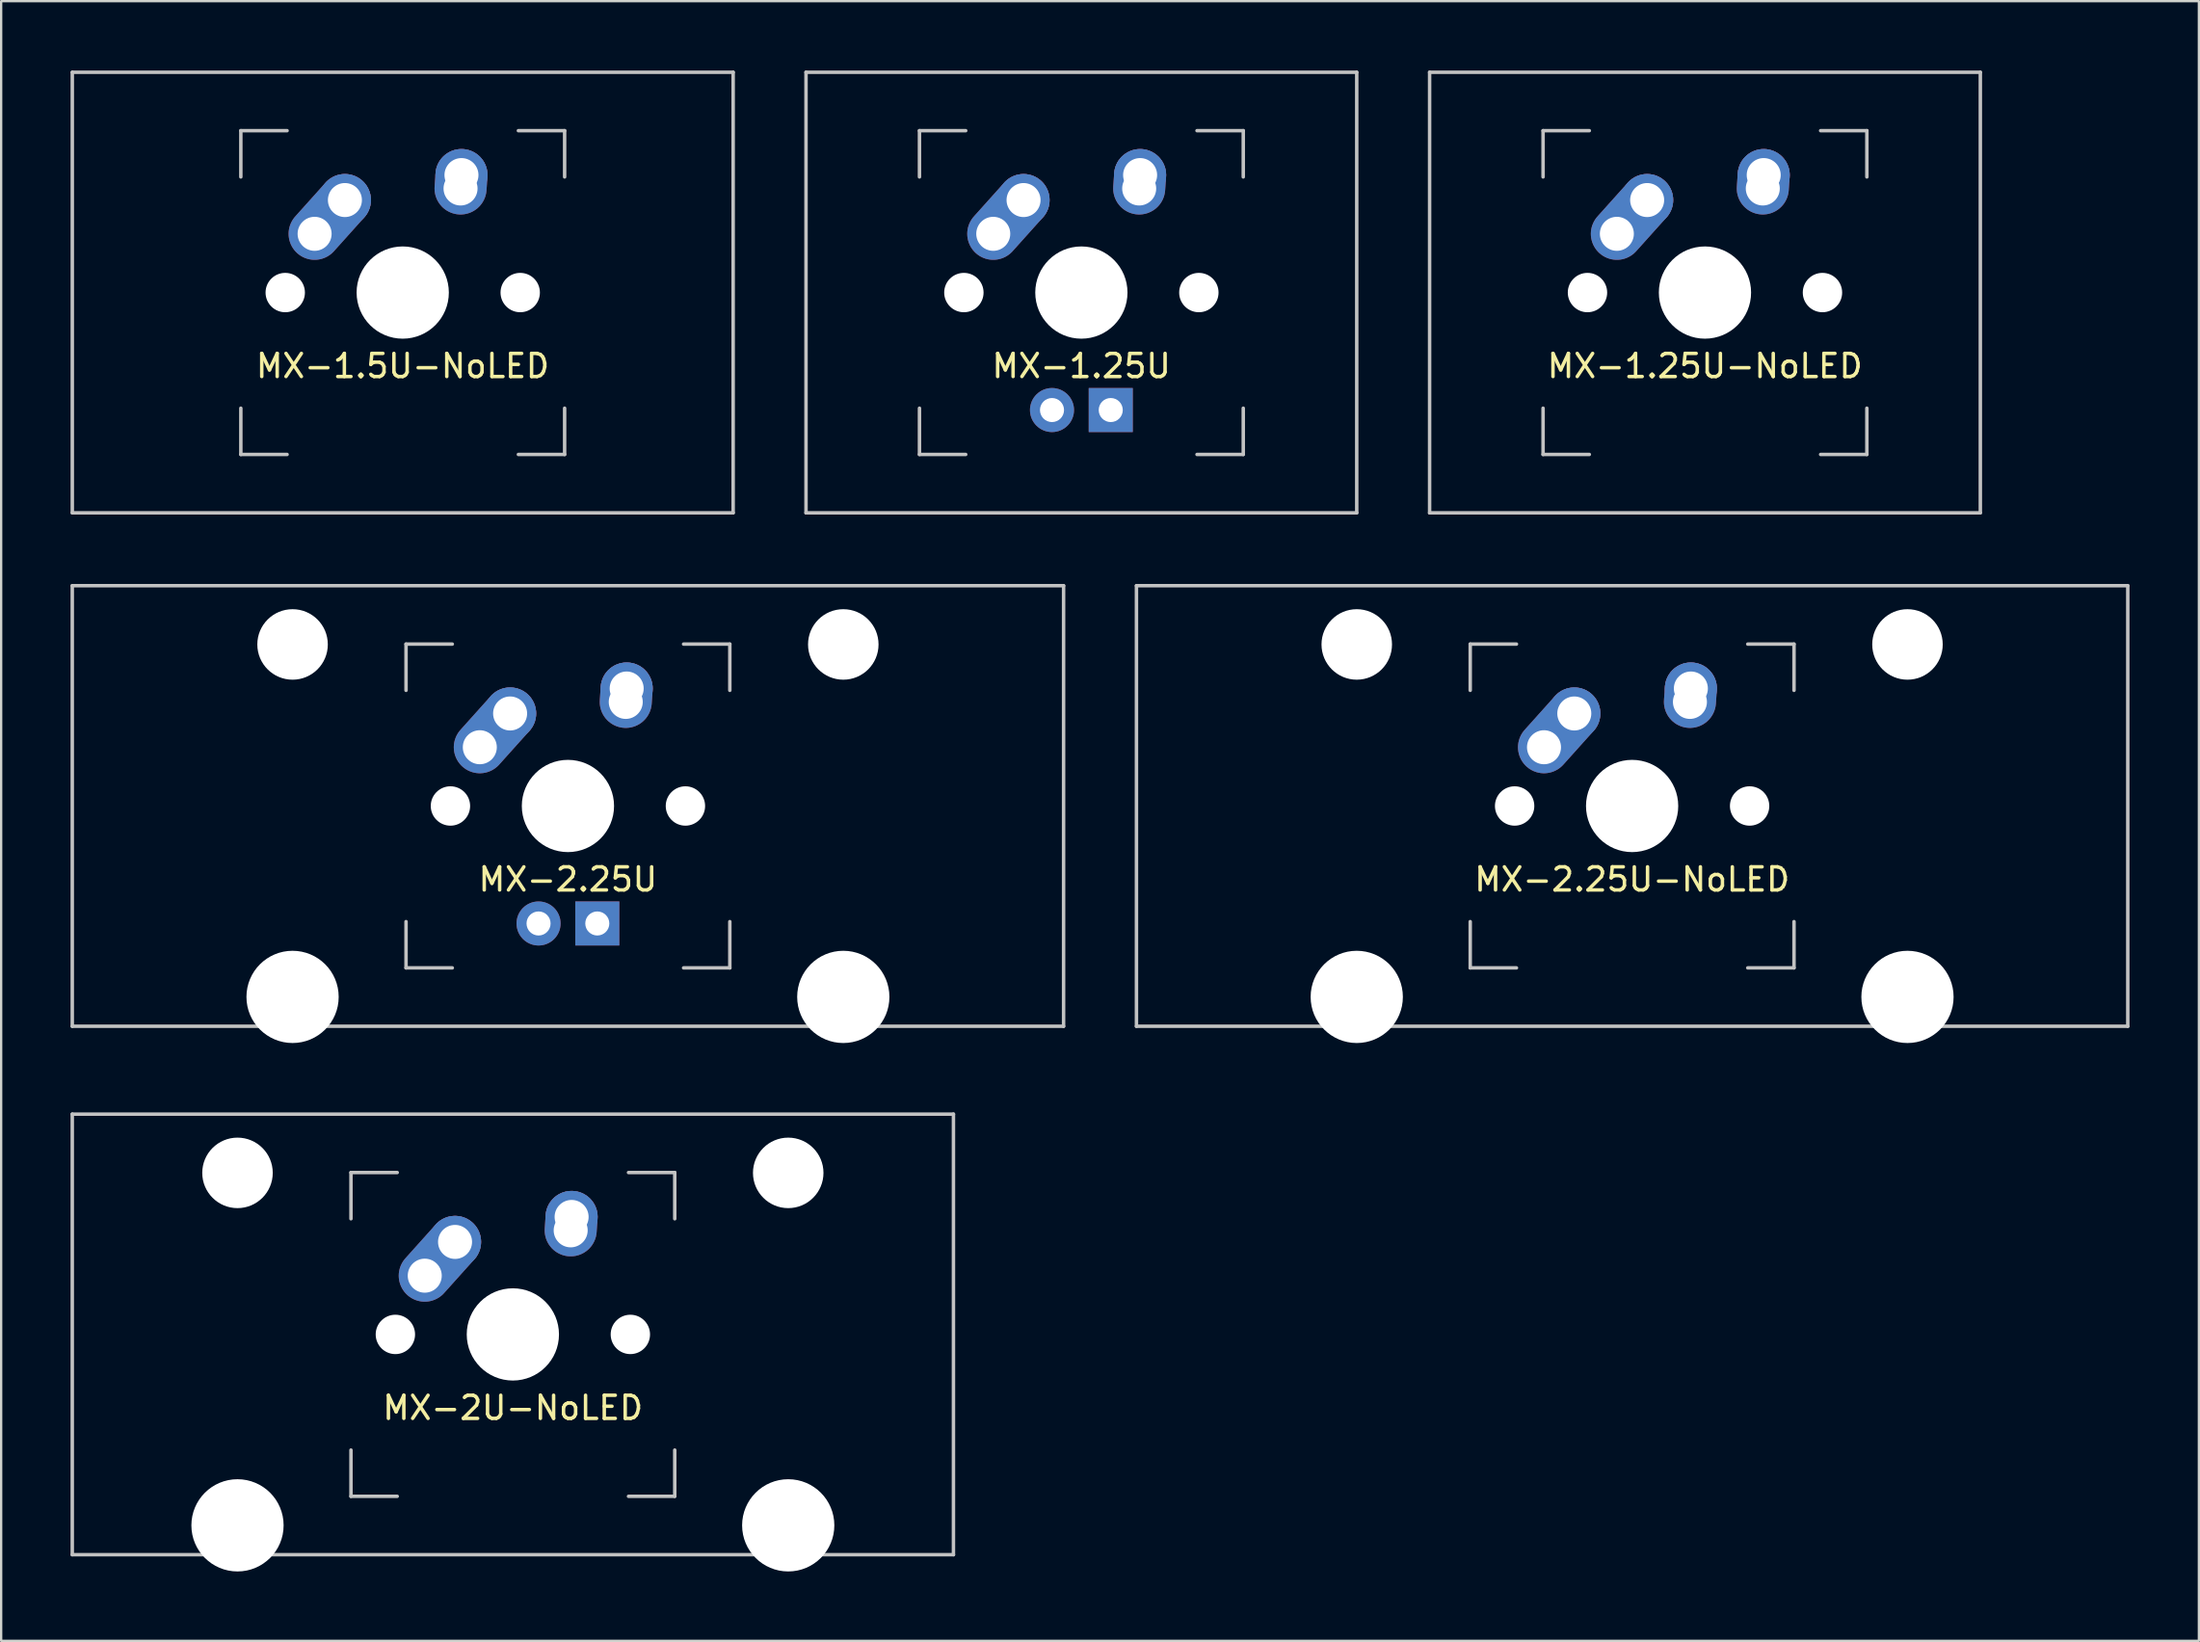
<source format=kicad_pcb>
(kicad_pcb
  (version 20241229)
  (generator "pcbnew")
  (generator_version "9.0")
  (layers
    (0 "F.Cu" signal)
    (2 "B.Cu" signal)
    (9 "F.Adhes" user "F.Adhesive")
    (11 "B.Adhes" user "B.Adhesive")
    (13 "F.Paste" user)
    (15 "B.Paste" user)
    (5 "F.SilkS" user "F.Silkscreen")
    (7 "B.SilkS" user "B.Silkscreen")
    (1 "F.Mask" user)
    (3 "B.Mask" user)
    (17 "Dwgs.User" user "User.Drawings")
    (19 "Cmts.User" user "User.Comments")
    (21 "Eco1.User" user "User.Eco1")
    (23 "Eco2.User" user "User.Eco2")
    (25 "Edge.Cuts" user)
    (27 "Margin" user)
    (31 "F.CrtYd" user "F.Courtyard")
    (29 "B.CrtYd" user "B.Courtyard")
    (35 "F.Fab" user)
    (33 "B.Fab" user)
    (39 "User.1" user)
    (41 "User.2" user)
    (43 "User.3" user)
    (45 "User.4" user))
  (footprint "MX-1.5U-NoLED"
    (layer "F.Cu")
    (at 14.363 9.6)
    (property "Reference" "MX-1.5U-NoLED" (at 0 3.175 0) (layer "F.SilkS") (effects (font (size 1 1) (thickness 0.15))))
    (attr through_hole)
    (fp_line (start -14.287 -9.525) (end 14.287 -9.525) (stroke (width 0.15) (type solid)) (layer "Dwgs.User"))
    (fp_line (start -14.287 9.525) (end -14.287 -9.525) (stroke (width 0.15) (type solid)) (layer "Dwgs.User"))
    (fp_line (start -14.287 9.525) (end 14.287 9.525) (stroke (width 0.15) (type solid)) (layer "Dwgs.User"))
    (fp_line (start -7 -7) (end -7 -5) (stroke (width 0.15) (type solid)) (layer "Dwgs.User"))
    (fp_line (start -7 5) (end -7 7) (stroke (width 0.15) (type solid)) (layer "Dwgs.User"))
    (fp_line (start -7 7) (end -5 7) (stroke (width 0.15) (type solid)) (layer "Dwgs.User"))
    (fp_line (start -5 -7) (end -7 -7) (stroke (width 0.15) (type solid)) (layer "Dwgs.User"))
    (fp_line (start 5 -7) (end 7 -7) (stroke (width 0.15) (type solid)) (layer "Dwgs.User"))
    (fp_line (start 5 7) (end 7 7) (stroke (width 0.15) (type solid)) (layer "Dwgs.User"))
    (fp_line (start 7 -7) (end 7 -5) (stroke (width 0.15) (type solid)) (layer "Dwgs.User"))
    (fp_line (start 7 7) (end 7 5) (stroke (width 0.15) (type solid)) (layer "Dwgs.User"))
    (fp_line (start 14.287 -9.525) (end 14.287 9.525) (stroke (width 0.15) (type solid)) (layer "Dwgs.User"))
    (pad "" np_thru_hole circle (at -5.08 0 48.1) (size 1.702 1.702) (drill 1.702) (layers "*.Cu" "*.Mask"))
    (pad "" np_thru_hole circle (at 0 0) (size 3.988 3.988) (drill 3.988) (layers "*.Cu" "*.Mask"))
    (pad "" np_thru_hole circle (at 5.08 0 48.1) (size 1.702 1.702) (drill 1.702) (layers "*.Cu" "*.Mask"))
    (pad "1" thru_hole oval (at -3.81 -2.54 48.1) (size 4.212 2.25) (drill 1.47 (offset 0.981 0)) (layers "*.Cu" "*.Mask"))
    (pad "1" thru_hole circle (at -2.5 -4) (size 2.25 2.25) (drill 1.47) (layers "*.Cu" "*.Mask"))
    (pad "2" thru_hole oval (at 2.5 -4.5 86.055) (size 2.831 2.25) (drill 1.47 (offset 0.291 0)) (layers "*.Cu" "*.Mask"))
    (pad "2" thru_hole circle (at 2.54 -5.08) (size 2.25 2.25) (drill 1.47) (layers "*.Cu" "*.Mask")))
  (footprint "MX-2U-NoLED"
    (layer "F.Cu")
    (at 19.125 54.649)
    (property "Reference" "MX-2U-NoLED" (at 0 3.175 0) (layer "F.SilkS") (effects (font (size 1 1) (thickness 0.15))))
    (attr through_hole)
    (fp_line (start -19.05 -9.525) (end 19.05 -9.525) (stroke (width 0.15) (type solid)) (layer "Dwgs.User"))
    (fp_line (start -19.05 9.525) (end -19.05 -9.525) (stroke (width 0.15) (type solid)) (layer "Dwgs.User"))
    (fp_line (start -19.05 9.525) (end 19.05 9.525) (stroke (width 0.15) (type solid)) (layer "Dwgs.User"))
    (fp_line (start -7 -7) (end -7 -5) (stroke (width 0.15) (type solid)) (layer "Dwgs.User"))
    (fp_line (start -7 5) (end -7 7) (stroke (width 0.15) (type solid)) (layer "Dwgs.User"))
    (fp_line (start -7 7) (end -5 7) (stroke (width 0.15) (type solid)) (layer "Dwgs.User"))
    (fp_line (start -5 -7) (end -7 -7) (stroke (width 0.15) (type solid)) (layer "Dwgs.User"))
    (fp_line (start 5 -7) (end 7 -7) (stroke (width 0.15) (type solid)) (layer "Dwgs.User"))
    (fp_line (start 5 7) (end 7 7) (stroke (width 0.15) (type solid)) (layer "Dwgs.User"))
    (fp_line (start 7 -7) (end 7 -5) (stroke (width 0.15) (type solid)) (layer "Dwgs.User"))
    (fp_line (start 7 7) (end 7 5) (stroke (width 0.15) (type solid)) (layer "Dwgs.User"))
    (fp_line (start 19.05 -9.525) (end 19.05 9.525) (stroke (width 0.15) (type solid)) (layer "Dwgs.User"))
    (pad "" np_thru_hole circle (at -11.906 -6.985) (size 3.048 3.048) (drill 3.048) (layers "*.Cu" "*.Mask"))
    (pad "" np_thru_hole circle (at -11.906 8.255) (size 3.988 3.988) (drill 3.988) (layers "*.Cu" "*.Mask"))
    (pad "" np_thru_hole circle (at -5.08 0 48.1) (size 1.702 1.702) (drill 1.702) (layers "*.Cu" "*.Mask"))
    (pad "" np_thru_hole circle (at 0 0) (size 3.988 3.988) (drill 3.988) (layers "*.Cu" "*.Mask"))
    (pad "" np_thru_hole circle (at 5.08 0 48.1) (size 1.702 1.702) (drill 1.702) (layers "*.Cu" "*.Mask"))
    (pad "" np_thru_hole circle (at 11.906 -6.985) (size 3.048 3.048) (drill 3.048) (layers "*.Cu" "*.Mask"))
    (pad "" np_thru_hole circle (at 11.906 8.255) (size 3.988 3.988) (drill 3.988) (layers "*.Cu" "*.Mask"))
    (pad "1" thru_hole oval (at -3.81 -2.54 48.1) (size 4.212 2.25) (drill 1.47 (offset 0.981 0)) (layers "*.Cu" "*.Mask"))
    (pad "1" thru_hole circle (at -2.5 -4) (size 2.25 2.25) (drill 1.47) (layers "*.Cu" "*.Mask"))
    (pad "2" thru_hole oval (at 2.5 -4.5 86.055) (size 2.831 2.25) (drill 1.47 (offset 0.291 0)) (layers "*.Cu" "*.Mask"))
    (pad "2" thru_hole circle (at 2.54 -5.08) (size 2.25 2.25) (drill 1.47) (layers "*.Cu" "*.Mask")))
  (footprint "MX-2.25U-NoLED"
    (layer "F.Cu")
    (at 67.519 31.8)
    (property "Reference" "MX-2.25U-NoLED" (at 0 3.175 0) (layer "F.SilkS") (effects (font (size 1 1) (thickness 0.15))))
    (attr through_hole)
    (fp_line (start -21.431 -9.525) (end 21.431 -9.525) (stroke (width 0.15) (type solid)) (layer "Dwgs.User"))
    (fp_line (start -21.431 9.525) (end -21.431 -9.525) (stroke (width 0.15) (type solid)) (layer "Dwgs.User"))
    (fp_line (start -21.431 9.525) (end 21.431 9.525) (stroke (width 0.15) (type solid)) (layer "Dwgs.User"))
    (fp_line (start -7 -7) (end -7 -5) (stroke (width 0.15) (type solid)) (layer "Dwgs.User"))
    (fp_line (start -7 5) (end -7 7) (stroke (width 0.15) (type solid)) (layer "Dwgs.User"))
    (fp_line (start -7 7) (end -5 7) (stroke (width 0.15) (type solid)) (layer "Dwgs.User"))
    (fp_line (start -5 -7) (end -7 -7) (stroke (width 0.15) (type solid)) (layer "Dwgs.User"))
    (fp_line (start 5 -7) (end 7 -7) (stroke (width 0.15) (type solid)) (layer "Dwgs.User"))
    (fp_line (start 5 7) (end 7 7) (stroke (width 0.15) (type solid)) (layer "Dwgs.User"))
    (fp_line (start 7 -7) (end 7 -5) (stroke (width 0.15) (type solid)) (layer "Dwgs.User"))
    (fp_line (start 7 7) (end 7 5) (stroke (width 0.15) (type solid)) (layer "Dwgs.User"))
    (fp_line (start 21.431 -9.525) (end 21.431 9.525) (stroke (width 0.15) (type solid)) (layer "Dwgs.User"))
    (pad "" np_thru_hole circle (at -11.906 -6.985) (size 3.048 3.048) (drill 3.048) (layers "*.Cu" "*.Mask"))
    (pad "" np_thru_hole circle (at -11.906 8.255) (size 3.988 3.988) (drill 3.988) (layers "*.Cu" "*.Mask"))
    (pad "" np_thru_hole circle (at -5.08 0 48.1) (size 1.702 1.702) (drill 1.702) (layers "*.Cu" "*.Mask"))
    (pad "" np_thru_hole circle (at 0 0) (size 3.988 3.988) (drill 3.988) (layers "*.Cu" "*.Mask"))
    (pad "" np_thru_hole circle (at 5.08 0 48.1) (size 1.702 1.702) (drill 1.702) (layers "*.Cu" "*.Mask"))
    (pad "" np_thru_hole circle (at 11.906 -6.985) (size 3.048 3.048) (drill 3.048) (layers "*.Cu" "*.Mask"))
    (pad "" np_thru_hole circle (at 11.906 8.255) (size 3.988 3.988) (drill 3.988) (layers "*.Cu" "*.Mask"))
    (pad "1" thru_hole oval (at -3.81 -2.54 48.1) (size 4.212 2.25) (drill 1.47 (offset 0.981 0)) (layers "*.Cu" "*.Mask"))
    (pad "1" thru_hole circle (at -2.5 -4) (size 2.25 2.25) (drill 1.47) (layers "*.Cu" "*.Mask"))
    (pad "2" thru_hole oval (at 2.5 -4.5 86.055) (size 2.831 2.25) (drill 1.47 (offset 0.291 0)) (layers "*.Cu" "*.Mask"))
    (pad "2" thru_hole circle (at 2.54 -5.08) (size 2.25 2.25) (drill 1.47) (layers "*.Cu" "*.Mask")))
  (footprint "MX-1.25U"
    (layer "F.Cu")
    (at 43.706 9.6)
    (property "Reference" "MX-1.25U" (at 0 3.175 0) (layer "F.SilkS") (effects (font (size 1 1) (thickness 0.15))))
    (attr through_hole)
    (fp_line (start -11.906 -9.525) (end 11.906 -9.525) (stroke (width 0.15) (type solid)) (layer "Dwgs.User"))
    (fp_line (start -11.906 9.525) (end -11.906 -9.525) (stroke (width 0.15) (type solid)) (layer "Dwgs.User"))
    (fp_line (start -11.906 9.525) (end 11.906 9.525) (stroke (width 0.15) (type solid)) (layer "Dwgs.User"))
    (fp_line (start -7 -7) (end -7 -5) (stroke (width 0.15) (type solid)) (layer "Dwgs.User"))
    (fp_line (start -7 5) (end -7 7) (stroke (width 0.15) (type solid)) (layer "Dwgs.User"))
    (fp_line (start -7 7) (end -5 7) (stroke (width 0.15) (type solid)) (layer "Dwgs.User"))
    (fp_line (start -5 -7) (end -7 -7) (stroke (width 0.15) (type solid)) (layer "Dwgs.User"))
    (fp_line (start 5 -7) (end 7 -7) (stroke (width 0.15) (type solid)) (layer "Dwgs.User"))
    (fp_line (start 5 7) (end 7 7) (stroke (width 0.15) (type solid)) (layer "Dwgs.User"))
    (fp_line (start 7 -7) (end 7 -5) (stroke (width 0.15) (type solid)) (layer "Dwgs.User"))
    (fp_line (start 7 7) (end 7 5) (stroke (width 0.15) (type solid)) (layer "Dwgs.User"))
    (fp_line (start 11.906 -9.525) (end 11.906 9.525) (stroke (width 0.15) (type solid)) (layer "Dwgs.User"))
    (pad "" np_thru_hole circle (at -5.08 0 48.1) (size 1.702 1.702) (drill 1.702) (layers "*.Cu" "*.Mask"))
    (pad "" np_thru_hole circle (at 0 0) (size 3.988 3.988) (drill 3.988) (layers "*.Cu" "*.Mask"))
    (pad "" np_thru_hole circle (at 5.08 0 48.1) (size 1.702 1.702) (drill 1.702) (layers "*.Cu" "*.Mask"))
    (pad "1" thru_hole oval (at -3.81 -2.54 48.1) (size 4.212 2.25) (drill 1.47 (offset 0.981 0)) (layers "*.Cu" "*.Mask"))
    (pad "1" thru_hole circle (at -2.5 -4) (size 2.25 2.25) (drill 1.47) (layers "*.Cu" "*.Mask"))
    (pad "2" thru_hole oval (at 2.5 -4.5 86.055) (size 2.831 2.25) (drill 1.47 (offset 0.291 0)) (layers "*.Cu" "*.Mask"))
    (pad "2" thru_hole circle (at 2.54 -5.08) (size 2.25 2.25) (drill 1.47) (layers "*.Cu" "*.Mask"))
    (pad "3" thru_hole circle (at -1.27 5.08) (size 1.905 1.905) (drill 1.04) (layers "*.Cu" "*.Mask"))
    (pad "4" thru_hole rect (at 1.27 5.08) (size 1.905 1.905) (drill 1.04) (layers "*.Cu" "*.Mask")))
  (footprint "MX-1.25U-NoLED"
    (layer "F.Cu")
    (at 70.669 9.6)
    (property "Reference" "MX-1.25U-NoLED" (at 0 3.175 0) (layer "F.SilkS") (effects (font (size 1 1) (thickness 0.15))))
    (attr through_hole)
    (fp_line (start -11.906 -9.525) (end 11.906 -9.525) (stroke (width 0.15) (type solid)) (layer "Dwgs.User"))
    (fp_line (start -11.906 9.525) (end -11.906 -9.525) (stroke (width 0.15) (type solid)) (layer "Dwgs.User"))
    (fp_line (start -11.906 9.525) (end 11.906 9.525) (stroke (width 0.15) (type solid)) (layer "Dwgs.User"))
    (fp_line (start -7 -7) (end -7 -5) (stroke (width 0.15) (type solid)) (layer "Dwgs.User"))
    (fp_line (start -7 5) (end -7 7) (stroke (width 0.15) (type solid)) (layer "Dwgs.User"))
    (fp_line (start -7 7) (end -5 7) (stroke (width 0.15) (type solid)) (layer "Dwgs.User"))
    (fp_line (start -5 -7) (end -7 -7) (stroke (width 0.15) (type solid)) (layer "Dwgs.User"))
    (fp_line (start 5 -7) (end 7 -7) (stroke (width 0.15) (type solid)) (layer "Dwgs.User"))
    (fp_line (start 5 7) (end 7 7) (stroke (width 0.15) (type solid)) (layer "Dwgs.User"))
    (fp_line (start 7 -7) (end 7 -5) (stroke (width 0.15) (type solid)) (layer "Dwgs.User"))
    (fp_line (start 7 7) (end 7 5) (stroke (width 0.15) (type solid)) (layer "Dwgs.User"))
    (fp_line (start 11.906 -9.525) (end 11.906 9.525) (stroke (width 0.15) (type solid)) (layer "Dwgs.User"))
    (pad "" np_thru_hole circle (at -5.08 0 48.1) (size 1.702 1.702) (drill 1.702) (layers "*.Cu" "*.Mask"))
    (pad "" np_thru_hole circle (at 0 0) (size 3.988 3.988) (drill 3.988) (layers "*.Cu" "*.Mask"))
    (pad "" np_thru_hole circle (at 5.08 0 48.1) (size 1.702 1.702) (drill 1.702) (layers "*.Cu" "*.Mask"))
    (pad "1" thru_hole oval (at -3.81 -2.54 48.1) (size 4.212 2.25) (drill 1.47 (offset 0.981 0)) (layers "*.Cu" "*.Mask"))
    (pad "1" thru_hole circle (at -2.5 -4) (size 2.25 2.25) (drill 1.47) (layers "*.Cu" "*.Mask"))
    (pad "2" thru_hole oval (at 2.5 -4.5 86.055) (size 2.831 2.25) (drill 1.47 (offset 0.291 0)) (layers "*.Cu" "*.Mask"))
    (pad "2" thru_hole circle (at 2.54 -5.08) (size 2.25 2.25) (drill 1.47) (layers "*.Cu" "*.Mask")))
  (footprint "MX-2.25U"
    (layer "F.Cu")
    (at 21.506 31.8)
    (property "Reference" "MX-2.25U" (at 0 3.175 0) (layer "F.SilkS") (effects (font (size 1 1) (thickness 0.15))))
    (attr through_hole)
    (fp_line (start -21.431 -9.525) (end 21.431 -9.525) (stroke (width 0.15) (type solid)) (layer "Dwgs.User"))
    (fp_line (start -21.431 9.525) (end -21.431 -9.525) (stroke (width 0.15) (type solid)) (layer "Dwgs.User"))
    (fp_line (start -21.431 9.525) (end 21.431 9.525) (stroke (width 0.15) (type solid)) (layer "Dwgs.User"))
    (fp_line (start -7 -7) (end -7 -5) (stroke (width 0.15) (type solid)) (layer "Dwgs.User"))
    (fp_line (start -7 5) (end -7 7) (stroke (width 0.15) (type solid)) (layer "Dwgs.User"))
    (fp_line (start -7 7) (end -5 7) (stroke (width 0.15) (type solid)) (layer "Dwgs.User"))
    (fp_line (start -5 -7) (end -7 -7) (stroke (width 0.15) (type solid)) (layer "Dwgs.User"))
    (fp_line (start 5 -7) (end 7 -7) (stroke (width 0.15) (type solid)) (layer "Dwgs.User"))
    (fp_line (start 5 7) (end 7 7) (stroke (width 0.15) (type solid)) (layer "Dwgs.User"))
    (fp_line (start 7 -7) (end 7 -5) (stroke (width 0.15) (type solid)) (layer "Dwgs.User"))
    (fp_line (start 7 7) (end 7 5) (stroke (width 0.15) (type solid)) (layer "Dwgs.User"))
    (fp_line (start 21.431 -9.525) (end 21.431 9.525) (stroke (width 0.15) (type solid)) (layer "Dwgs.User"))
    (pad "" np_thru_hole circle (at -11.906 -6.985) (size 3.048 3.048) (drill 3.048) (layers "*.Cu" "*.Mask"))
    (pad "" np_thru_hole circle (at -11.906 8.255) (size 3.988 3.988) (drill 3.988) (layers "*.Cu" "*.Mask"))
    (pad "" np_thru_hole circle (at -5.08 0 48.1) (size 1.702 1.702) (drill 1.702) (layers "*.Cu" "*.Mask"))
    (pad "" np_thru_hole circle (at 0 0) (size 3.988 3.988) (drill 3.988) (layers "*.Cu" "*.Mask"))
    (pad "" np_thru_hole circle (at 5.08 0 48.1) (size 1.702 1.702) (drill 1.702) (layers "*.Cu" "*.Mask"))
    (pad "" np_thru_hole circle (at 11.906 -6.985) (size 3.048 3.048) (drill 3.048) (layers "*.Cu" "*.Mask"))
    (pad "" np_thru_hole circle (at 11.906 8.255) (size 3.988 3.988) (drill 3.988) (layers "*.Cu" "*.Mask"))
    (pad "1" thru_hole oval (at -3.81 -2.54 48.1) (size 4.212 2.25) (drill 1.47 (offset 0.981 0)) (layers "*.Cu" "*.Mask"))
    (pad "1" thru_hole circle (at -2.5 -4) (size 2.25 2.25) (drill 1.47) (layers "*.Cu" "*.Mask"))
    (pad "2" thru_hole oval (at 2.5 -4.5 86.055) (size 2.831 2.25) (drill 1.47 (offset 0.291 0)) (layers "*.Cu" "*.Mask"))
    (pad "2" thru_hole circle (at 2.54 -5.08) (size 2.25 2.25) (drill 1.47) (layers "*.Cu" "*.Mask"))
    (pad "3" thru_hole circle (at -1.27 5.08) (size 1.905 1.905) (drill 1.04) (layers "*.Cu" "*.Mask"))
    (pad "4" thru_hole rect (at 1.27 5.08) (size 1.905 1.905) (drill 1.04) (layers "*.Cu" "*.Mask")))
  (gr_rect
    (start -3 -3)
    (end 92.025 67.898)
    (stroke (width 0.1) (type default))
    (fill no)
    (layer "Edge.Cuts")))
</source>
